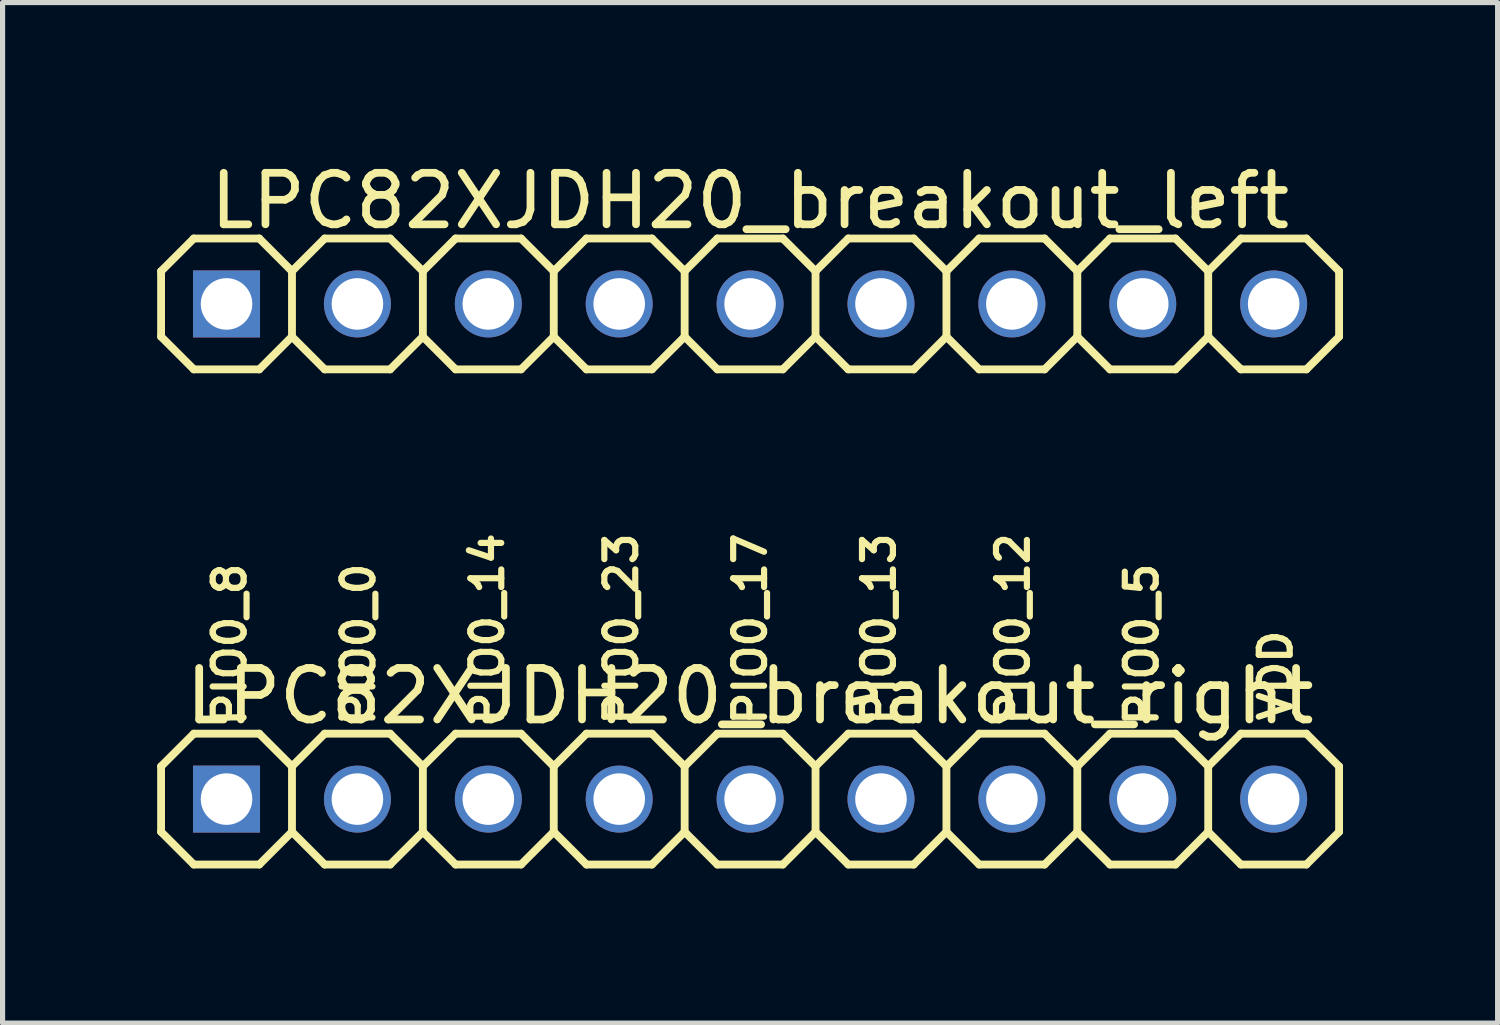
<source format=kicad_pcb>
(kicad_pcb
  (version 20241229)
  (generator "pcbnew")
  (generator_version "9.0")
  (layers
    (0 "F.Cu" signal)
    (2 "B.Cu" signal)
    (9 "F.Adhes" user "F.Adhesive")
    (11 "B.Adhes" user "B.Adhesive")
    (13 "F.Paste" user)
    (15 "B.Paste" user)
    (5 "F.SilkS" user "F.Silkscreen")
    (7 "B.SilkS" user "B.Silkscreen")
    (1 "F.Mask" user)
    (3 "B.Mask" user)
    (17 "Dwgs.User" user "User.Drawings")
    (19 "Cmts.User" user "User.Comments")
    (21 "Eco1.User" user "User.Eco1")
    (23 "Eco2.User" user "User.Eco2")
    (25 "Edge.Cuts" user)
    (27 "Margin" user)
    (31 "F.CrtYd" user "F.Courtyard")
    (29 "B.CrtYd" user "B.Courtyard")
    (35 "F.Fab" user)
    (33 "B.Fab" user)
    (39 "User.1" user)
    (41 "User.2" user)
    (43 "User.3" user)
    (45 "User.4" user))
  (footprint "LPC82XJDH20_breakout_left"
    (layer "F.Cu")
    (at 11.506 2.848)
    (property "Reference" "LPC82XJDH20_breakout_left" (at 0 -2 0) (layer "F.SilkS") (effects (font (size 1 1) (thickness 0.15))))
    (attr exclude_from_pos_files exclude_from_bom)
    (fp_line (start -11.43 -0.635) (end -11.43 0.635) (stroke (width 0.152) (type solid)) (layer "F.SilkS"))
    (fp_line (start -11.43 0.635) (end -10.795 1.27) (stroke (width 0.152) (type solid)) (layer "F.SilkS"))
    (fp_line (start -10.795 -1.27) (end -11.43 -0.635) (stroke (width 0.152) (type solid)) (layer "F.SilkS"))
    (fp_line (start -10.795 -1.27) (end -9.525 -1.27) (stroke (width 0.152) (type solid)) (layer "F.SilkS"))
    (fp_line (start -9.525 -1.27) (end -8.89 -0.635) (stroke (width 0.152) (type solid)) (layer "F.SilkS"))
    (fp_line (start -9.525 1.27) (end -10.795 1.27) (stroke (width 0.152) (type solid)) (layer "F.SilkS"))
    (fp_line (start -8.89 -0.635) (end -8.89 0.635) (stroke (width 0.152) (type solid)) (layer "F.SilkS"))
    (fp_line (start -8.89 -0.635) (end -8.255 -1.27) (stroke (width 0.152) (type solid)) (layer "F.SilkS"))
    (fp_line (start -8.89 0.635) (end -9.525 1.27) (stroke (width 0.152) (type solid)) (layer "F.SilkS"))
    (fp_line (start -8.255 -1.27) (end -6.985 -1.27) (stroke (width 0.152) (type solid)) (layer "F.SilkS"))
    (fp_line (start -8.255 1.27) (end -8.89 0.635) (stroke (width 0.152) (type solid)) (layer "F.SilkS"))
    (fp_line (start -6.985 -1.27) (end -6.35 -0.635) (stroke (width 0.152) (type solid)) (layer "F.SilkS"))
    (fp_line (start -6.985 1.27) (end -8.255 1.27) (stroke (width 0.152) (type solid)) (layer "F.SilkS"))
    (fp_line (start -6.35 -0.635) (end -6.35 0.635) (stroke (width 0.152) (type solid)) (layer "F.SilkS"))
    (fp_line (start -6.35 -0.635) (end -5.715 -1.27) (stroke (width 0.152) (type solid)) (layer "F.SilkS"))
    (fp_line (start -6.35 0.635) (end -6.985 1.27) (stroke (width 0.152) (type solid)) (layer "F.SilkS"))
    (fp_line (start -5.715 -1.27) (end -4.445 -1.27) (stroke (width 0.152) (type solid)) (layer "F.SilkS"))
    (fp_line (start -5.715 1.27) (end -6.35 0.635) (stroke (width 0.152) (type solid)) (layer "F.SilkS"))
    (fp_line (start -4.445 -1.27) (end -3.81 -0.635) (stroke (width 0.152) (type solid)) (layer "F.SilkS"))
    (fp_line (start -4.445 1.27) (end -5.715 1.27) (stroke (width 0.152) (type solid)) (layer "F.SilkS"))
    (fp_line (start -3.81 -0.635) (end -3.81 0.635) (stroke (width 0.152) (type solid)) (layer "F.SilkS"))
    (fp_line (start -3.81 0.635) (end -4.445 1.27) (stroke (width 0.152) (type solid)) (layer "F.SilkS"))
    (fp_line (start -3.81 0.635) (end -3.175 1.27) (stroke (width 0.152) (type solid)) (layer "F.SilkS"))
    (fp_line (start -3.175 -1.27) (end -3.81 -0.635) (stroke (width 0.152) (type solid)) (layer "F.SilkS"))
    (fp_line (start -3.175 -1.27) (end -1.905 -1.27) (stroke (width 0.152) (type solid)) (layer "F.SilkS"))
    (fp_line (start -1.905 -1.27) (end -1.27 -0.635) (stroke (width 0.152) (type solid)) (layer "F.SilkS"))
    (fp_line (start -1.905 1.27) (end -3.175 1.27) (stroke (width 0.152) (type solid)) (layer "F.SilkS"))
    (fp_line (start -1.27 -0.635) (end -1.27 0.635) (stroke (width 0.152) (type solid)) (layer "F.SilkS"))
    (fp_line (start -1.27 -0.635) (end -0.635 -1.27) (stroke (width 0.152) (type solid)) (layer "F.SilkS"))
    (fp_line (start -1.27 0.635) (end -1.905 1.27) (stroke (width 0.152) (type solid)) (layer "F.SilkS"))
    (fp_line (start -0.635 -1.27) (end 0.635 -1.27) (stroke (width 0.152) (type solid)) (layer "F.SilkS"))
    (fp_line (start -0.635 1.27) (end -1.27 0.635) (stroke (width 0.152) (type solid)) (layer "F.SilkS"))
    (fp_line (start 0.635 -1.27) (end 1.27 -0.635) (stroke (width 0.152) (type solid)) (layer "F.SilkS"))
    (fp_line (start 0.635 1.27) (end -0.635 1.27) (stroke (width 0.152) (type solid)) (layer "F.SilkS"))
    (fp_line (start 1.27 -0.635) (end 1.27 0.635) (stroke (width 0.152) (type solid)) (layer "F.SilkS"))
    (fp_line (start 1.27 -0.635) (end 1.905 -1.27) (stroke (width 0.152) (type solid)) (layer "F.SilkS"))
    (fp_line (start 1.27 0.635) (end 0.635 1.27) (stroke (width 0.152) (type solid)) (layer "F.SilkS"))
    (fp_line (start 1.905 -1.27) (end 3.175 -1.27) (stroke (width 0.152) (type solid)) (layer "F.SilkS"))
    (fp_line (start 1.905 1.27) (end 1.27 0.635) (stroke (width 0.152) (type solid)) (layer "F.SilkS"))
    (fp_line (start 3.175 -1.27) (end 3.81 -0.635) (stroke (width 0.152) (type solid)) (layer "F.SilkS"))
    (fp_line (start 3.175 1.27) (end 1.905 1.27) (stroke (width 0.152) (type solid)) (layer "F.SilkS"))
    (fp_line (start 3.81 -0.635) (end 3.81 0.635) (stroke (width 0.152) (type solid)) (layer "F.SilkS"))
    (fp_line (start 3.81 0.635) (end 3.175 1.27) (stroke (width 0.152) (type solid)) (layer "F.SilkS"))
    (fp_line (start 3.81 0.635) (end 4.445 1.27) (stroke (width 0.152) (type solid)) (layer "F.SilkS"))
    (fp_line (start 4.445 -1.27) (end 3.81 -0.635) (stroke (width 0.152) (type solid)) (layer "F.SilkS"))
    (fp_line (start 4.445 -1.27) (end 5.715 -1.27) (stroke (width 0.152) (type solid)) (layer "F.SilkS"))
    (fp_line (start 5.715 -1.27) (end 6.35 -0.635) (stroke (width 0.152) (type solid)) (layer "F.SilkS"))
    (fp_line (start 5.715 1.27) (end 4.445 1.27) (stroke (width 0.152) (type solid)) (layer "F.SilkS"))
    (fp_line (start 6.35 -0.635) (end 6.35 0.635) (stroke (width 0.152) (type solid)) (layer "F.SilkS"))
    (fp_line (start 6.35 -0.635) (end 6.985 -1.27) (stroke (width 0.152) (type solid)) (layer "F.SilkS"))
    (fp_line (start 6.35 0.635) (end 5.715 1.27) (stroke (width 0.152) (type solid)) (layer "F.SilkS"))
    (fp_line (start 6.985 -1.27) (end 8.255 -1.27) (stroke (width 0.152) (type solid)) (layer "F.SilkS"))
    (fp_line (start 6.985 1.27) (end 6.35 0.635) (stroke (width 0.152) (type solid)) (layer "F.SilkS"))
    (fp_line (start 8.255 -1.27) (end 8.89 -0.635) (stroke (width 0.152) (type solid)) (layer "F.SilkS"))
    (fp_line (start 8.255 1.27) (end 6.985 1.27) (stroke (width 0.152) (type solid)) (layer "F.SilkS"))
    (fp_line (start 8.89 -0.635) (end 8.89 0.635) (stroke (width 0.152) (type solid)) (layer "F.SilkS"))
    (fp_line (start 8.89 -0.635) (end 9.525 -1.27) (stroke (width 0.152) (type solid)) (layer "F.SilkS"))
    (fp_line (start 8.89 0.635) (end 8.255 1.27) (stroke (width 0.152) (type solid)) (layer "F.SilkS"))
    (fp_line (start 9.525 -1.27) (end 10.795 -1.27) (stroke (width 0.152) (type solid)) (layer "F.SilkS"))
    (fp_line (start 9.525 1.27) (end 8.89 0.635) (stroke (width 0.152) (type solid)) (layer "F.SilkS"))
    (fp_line (start 10.795 -1.27) (end 11.43 -0.635) (stroke (width 0.152) (type solid)) (layer "F.SilkS"))
    (fp_line (start 10.795 1.27) (end 9.525 1.27) (stroke (width 0.152) (type solid)) (layer "F.SilkS"))
    (fp_line (start 11.43 -0.635) (end 11.43 0.635) (stroke (width 0.152) (type solid)) (layer "F.SilkS"))
    (fp_line (start 11.43 0.635) (end 10.795 1.27) (stroke (width 0.152) (type solid)) (layer "F.SilkS"))
    (pad "1" thru_hole rect (at -10.16 0 180) (size 1.3 1.3) (drill 1) (layers "*.Cu" "*.Mask"))
    (pad "2" thru_hole circle (at -7.62 0 180) (size 1.3 1.3) (drill 1) (layers "*.Cu" "*.Mask"))
    (pad "3" thru_hole circle (at -5.08 0 180) (size 1.3 1.3) (drill 1) (layers "*.Cu" "*.Mask"))
    (pad "4" thru_hole circle (at -2.54 0 180) (size 1.3 1.3) (drill 1) (layers "*.Cu" "*.Mask"))
    (pad "5" thru_hole circle (at 0 0 180) (size 1.3 1.3) (drill 1) (layers "*.Cu" "*.Mask"))
    (pad "6" thru_hole circle (at 2.54 0 180) (size 1.3 1.3) (drill 1) (layers "*.Cu" "*.Mask"))
    (pad "7" thru_hole circle (at 5.08 0 180) (size 1.3 1.3) (drill 1) (layers "*.Cu" "*.Mask"))
    (pad "8" thru_hole circle (at 7.62 0 180) (size 1.3 1.3) (drill 1) (layers "*.Cu" "*.Mask"))
    (pad "9" thru_hole circle (at 10.16 0 180) (size 1.3 1.3) (drill 1) (layers "*.Cu" "*.Mask")))
  (footprint "LPC82XJDH20_breakout_right"
    (layer "F.Cu")
    (at 11.506 12.457)
    (property "Reference" "LPC82XJDH20_breakout_right" (at 0 -2 0) (layer "F.SilkS") (effects (font (size 1 1) (thickness 0.15))))
    (attr exclude_from_pos_files exclude_from_bom)
    (fp_line (start -11.43 -0.635) (end -11.43 0.635) (stroke (width 0.152) (type solid)) (layer "F.SilkS"))
    (fp_line (start -11.43 0.635) (end -10.795 1.27) (stroke (width 0.152) (type solid)) (layer "F.SilkS"))
    (fp_line (start -10.795 -1.27) (end -11.43 -0.635) (stroke (width 0.152) (type solid)) (layer "F.SilkS"))
    (fp_line (start -10.795 -1.27) (end -9.525 -1.27) (stroke (width 0.152) (type solid)) (layer "F.SilkS"))
    (fp_line (start -9.525 -1.27) (end -8.89 -0.635) (stroke (width 0.152) (type solid)) (layer "F.SilkS"))
    (fp_line (start -9.525 1.27) (end -10.795 1.27) (stroke (width 0.152) (type solid)) (layer "F.SilkS"))
    (fp_line (start -8.89 -0.635) (end -8.89 0.635) (stroke (width 0.152) (type solid)) (layer "F.SilkS"))
    (fp_line (start -8.89 -0.635) (end -8.255 -1.27) (stroke (width 0.152) (type solid)) (layer "F.SilkS"))
    (fp_line (start -8.89 0.635) (end -9.525 1.27) (stroke (width 0.152) (type solid)) (layer "F.SilkS"))
    (fp_line (start -8.255 -1.27) (end -6.985 -1.27) (stroke (width 0.152) (type solid)) (layer "F.SilkS"))
    (fp_line (start -8.255 1.27) (end -8.89 0.635) (stroke (width 0.152) (type solid)) (layer "F.SilkS"))
    (fp_line (start -6.985 -1.27) (end -6.35 -0.635) (stroke (width 0.152) (type solid)) (layer "F.SilkS"))
    (fp_line (start -6.985 1.27) (end -8.255 1.27) (stroke (width 0.152) (type solid)) (layer "F.SilkS"))
    (fp_line (start -6.35 -0.635) (end -6.35 0.635) (stroke (width 0.152) (type solid)) (layer "F.SilkS"))
    (fp_line (start -6.35 -0.635) (end -5.715 -1.27) (stroke (width 0.152) (type solid)) (layer "F.SilkS"))
    (fp_line (start -6.35 0.635) (end -6.985 1.27) (stroke (width 0.152) (type solid)) (layer "F.SilkS"))
    (fp_line (start -5.715 -1.27) (end -4.445 -1.27) (stroke (width 0.152) (type solid)) (layer "F.SilkS"))
    (fp_line (start -5.715 1.27) (end -6.35 0.635) (stroke (width 0.152) (type solid)) (layer "F.SilkS"))
    (fp_line (start -4.445 -1.27) (end -3.81 -0.635) (stroke (width 0.152) (type solid)) (layer "F.SilkS"))
    (fp_line (start -4.445 1.27) (end -5.715 1.27) (stroke (width 0.152) (type solid)) (layer "F.SilkS"))
    (fp_line (start -3.81 -0.635) (end -3.81 0.635) (stroke (width 0.152) (type solid)) (layer "F.SilkS"))
    (fp_line (start -3.81 0.635) (end -4.445 1.27) (stroke (width 0.152) (type solid)) (layer "F.SilkS"))
    (fp_line (start -3.81 0.635) (end -3.175 1.27) (stroke (width 0.152) (type solid)) (layer "F.SilkS"))
    (fp_line (start -3.175 -1.27) (end -3.81 -0.635) (stroke (width 0.152) (type solid)) (layer "F.SilkS"))
    (fp_line (start -3.175 -1.27) (end -1.905 -1.27) (stroke (width 0.152) (type solid)) (layer "F.SilkS"))
    (fp_line (start -1.905 -1.27) (end -1.27 -0.635) (stroke (width 0.152) (type solid)) (layer "F.SilkS"))
    (fp_line (start -1.905 1.27) (end -3.175 1.27) (stroke (width 0.152) (type solid)) (layer "F.SilkS"))
    (fp_line (start -1.27 -0.635) (end -1.27 0.635) (stroke (width 0.152) (type solid)) (layer "F.SilkS"))
    (fp_line (start -1.27 -0.635) (end -0.635 -1.27) (stroke (width 0.152) (type solid)) (layer "F.SilkS"))
    (fp_line (start -1.27 0.635) (end -1.905 1.27) (stroke (width 0.152) (type solid)) (layer "F.SilkS"))
    (fp_line (start -0.635 -1.27) (end 0.635 -1.27) (stroke (width 0.152) (type solid)) (layer "F.SilkS"))
    (fp_line (start -0.635 1.27) (end -1.27 0.635) (stroke (width 0.152) (type solid)) (layer "F.SilkS"))
    (fp_line (start 0.635 -1.27) (end 1.27 -0.635) (stroke (width 0.152) (type solid)) (layer "F.SilkS"))
    (fp_line (start 0.635 1.27) (end -0.635 1.27) (stroke (width 0.152) (type solid)) (layer "F.SilkS"))
    (fp_line (start 1.27 -0.635) (end 1.27 0.635) (stroke (width 0.152) (type solid)) (layer "F.SilkS"))
    (fp_line (start 1.27 -0.635) (end 1.905 -1.27) (stroke (width 0.152) (type solid)) (layer "F.SilkS"))
    (fp_line (start 1.27 0.635) (end 0.635 1.27) (stroke (width 0.152) (type solid)) (layer "F.SilkS"))
    (fp_line (start 1.905 -1.27) (end 3.175 -1.27) (stroke (width 0.152) (type solid)) (layer "F.SilkS"))
    (fp_line (start 1.905 1.27) (end 1.27 0.635) (stroke (width 0.152) (type solid)) (layer "F.SilkS"))
    (fp_line (start 3.175 -1.27) (end 3.81 -0.635) (stroke (width 0.152) (type solid)) (layer "F.SilkS"))
    (fp_line (start 3.175 1.27) (end 1.905 1.27) (stroke (width 0.152) (type solid)) (layer "F.SilkS"))
    (fp_line (start 3.81 -0.635) (end 3.81 0.635) (stroke (width 0.152) (type solid)) (layer "F.SilkS"))
    (fp_line (start 3.81 0.635) (end 3.175 1.27) (stroke (width 0.152) (type solid)) (layer "F.SilkS"))
    (fp_line (start 3.81 0.635) (end 4.445 1.27) (stroke (width 0.152) (type solid)) (layer "F.SilkS"))
    (fp_line (start 4.445 -1.27) (end 3.81 -0.635) (stroke (width 0.152) (type solid)) (layer "F.SilkS"))
    (fp_line (start 4.445 -1.27) (end 5.715 -1.27) (stroke (width 0.152) (type solid)) (layer "F.SilkS"))
    (fp_line (start 5.715 -1.27) (end 6.35 -0.635) (stroke (width 0.152) (type solid)) (layer "F.SilkS"))
    (fp_line (start 5.715 1.27) (end 4.445 1.27) (stroke (width 0.152) (type solid)) (layer "F.SilkS"))
    (fp_line (start 6.35 -0.635) (end 6.35 0.635) (stroke (width 0.152) (type solid)) (layer "F.SilkS"))
    (fp_line (start 6.35 -0.635) (end 6.985 -1.27) (stroke (width 0.152) (type solid)) (layer "F.SilkS"))
    (fp_line (start 6.35 0.635) (end 5.715 1.27) (stroke (width 0.152) (type solid)) (layer "F.SilkS"))
    (fp_line (start 6.985 -1.27) (end 8.255 -1.27) (stroke (width 0.152) (type solid)) (layer "F.SilkS"))
    (fp_line (start 6.985 1.27) (end 6.35 0.635) (stroke (width 0.152) (type solid)) (layer "F.SilkS"))
    (fp_line (start 8.255 -1.27) (end 8.89 -0.635) (stroke (width 0.152) (type solid)) (layer "F.SilkS"))
    (fp_line (start 8.255 1.27) (end 6.985 1.27) (stroke (width 0.152) (type solid)) (layer "F.SilkS"))
    (fp_line (start 8.89 -0.635) (end 8.89 0.635) (stroke (width 0.152) (type solid)) (layer "F.SilkS"))
    (fp_line (start 8.89 -0.635) (end 9.525 -1.27) (stroke (width 0.152) (type solid)) (layer "F.SilkS"))
    (fp_line (start 8.89 0.635) (end 8.255 1.27) (stroke (width 0.152) (type solid)) (layer "F.SilkS"))
    (fp_line (start 9.525 -1.27) (end 10.795 -1.27) (stroke (width 0.152) (type solid)) (layer "F.SilkS"))
    (fp_line (start 9.525 1.27) (end 8.89 0.635) (stroke (width 0.152) (type solid)) (layer "F.SilkS"))
    (fp_line (start 10.795 -1.27) (end 11.43 -0.635) (stroke (width 0.152) (type solid)) (layer "F.SilkS"))
    (fp_line (start 10.795 1.27) (end 9.525 1.27) (stroke (width 0.152) (type solid)) (layer "F.SilkS"))
    (fp_line (start 11.43 -0.635) (end 11.43 0.635) (stroke (width 0.152) (type solid)) (layer "F.SilkS"))
    (fp_line (start 11.43 0.635) (end 10.795 1.27) (stroke (width 0.152) (type solid)) (layer "F.SilkS"))
    (fp_text user "PIO0_14" (at -5.1 -3.3 90) (layer "F.SilkS") (effects (font (size 0.6 0.6) (thickness 0.12))))
    (fp_text user "VDD" (at 10.2 -2.4 90) (layer "F.SilkS") (effects (font (size 0.6 0.6) (thickness 0.12))))
    (fp_text user "PIO0_13" (at 2.5 -3.3 90) (layer "F.SilkS") (effects (font (size 0.6 0.6) (thickness 0.12))))
    (fp_text user "PIO0_8" (at -10.1 -3 90) (layer "F.SilkS") (effects (font (size 0.6 0.6) (thickness 0.12))))
    (fp_text user "PIO0_12" (at 5.1 -3.3 90) (layer "F.SilkS") (effects (font (size 0.6 0.6) (thickness 0.12))))
    (fp_text user "PIO0_5" (at 7.6 -3 90) (layer "F.SilkS") (effects (font (size 0.6 0.6) (thickness 0.12))))
    (fp_text user "PIO0_17" (at 0 -3.3 90) (layer "F.SilkS") (effects (font (size 0.6 0.6) (thickness 0.12))))
    (fp_text user "PIO0_23" (at -2.5 -3.3 90) (layer "F.SilkS") (effects (font (size 0.6 0.6) (thickness 0.12))))
    (fp_text user "PIO0_0" (at -7.6 -3 90) (layer "F.SilkS") (effects (font (size 0.6 0.6) (thickness 0.12))))
    (pad "1" thru_hole rect (at -10.16 0 180) (size 1.3 1.3) (drill 1) (layers "*.Cu" "*.Mask"))
    (pad "2" thru_hole circle (at -7.62 0 180) (size 1.3 1.3) (drill 1) (layers "*.Cu" "*.Mask"))
    (pad "3" thru_hole circle (at -5.08 0 180) (size 1.3 1.3) (drill 1) (layers "*.Cu" "*.Mask"))
    (pad "4" thru_hole circle (at -2.54 0 180) (size 1.3 1.3) (drill 1) (layers "*.Cu" "*.Mask"))
    (pad "5" thru_hole circle (at 0 0 180) (size 1.3 1.3) (drill 1) (layers "*.Cu" "*.Mask"))
    (pad "6" thru_hole circle (at 2.54 0 180) (size 1.3 1.3) (drill 1) (layers "*.Cu" "*.Mask"))
    (pad "7" thru_hole circle (at 5.08 0 180) (size 1.3 1.3) (drill 1) (layers "*.Cu" "*.Mask"))
    (pad "8" thru_hole circle (at 7.62 0 180) (size 1.3 1.3) (drill 1) (layers "*.Cu" "*.Mask"))
    (pad "9" thru_hole circle (at 10.16 0 180) (size 1.3 1.3) (drill 1) (layers "*.Cu" "*.Mask")))
  (gr_rect
    (start -3 -3)
    (end 26.012 16.804)
    (stroke (width 0.1) (type default))
    (fill no)
    (layer "Edge.Cuts")))
</source>
